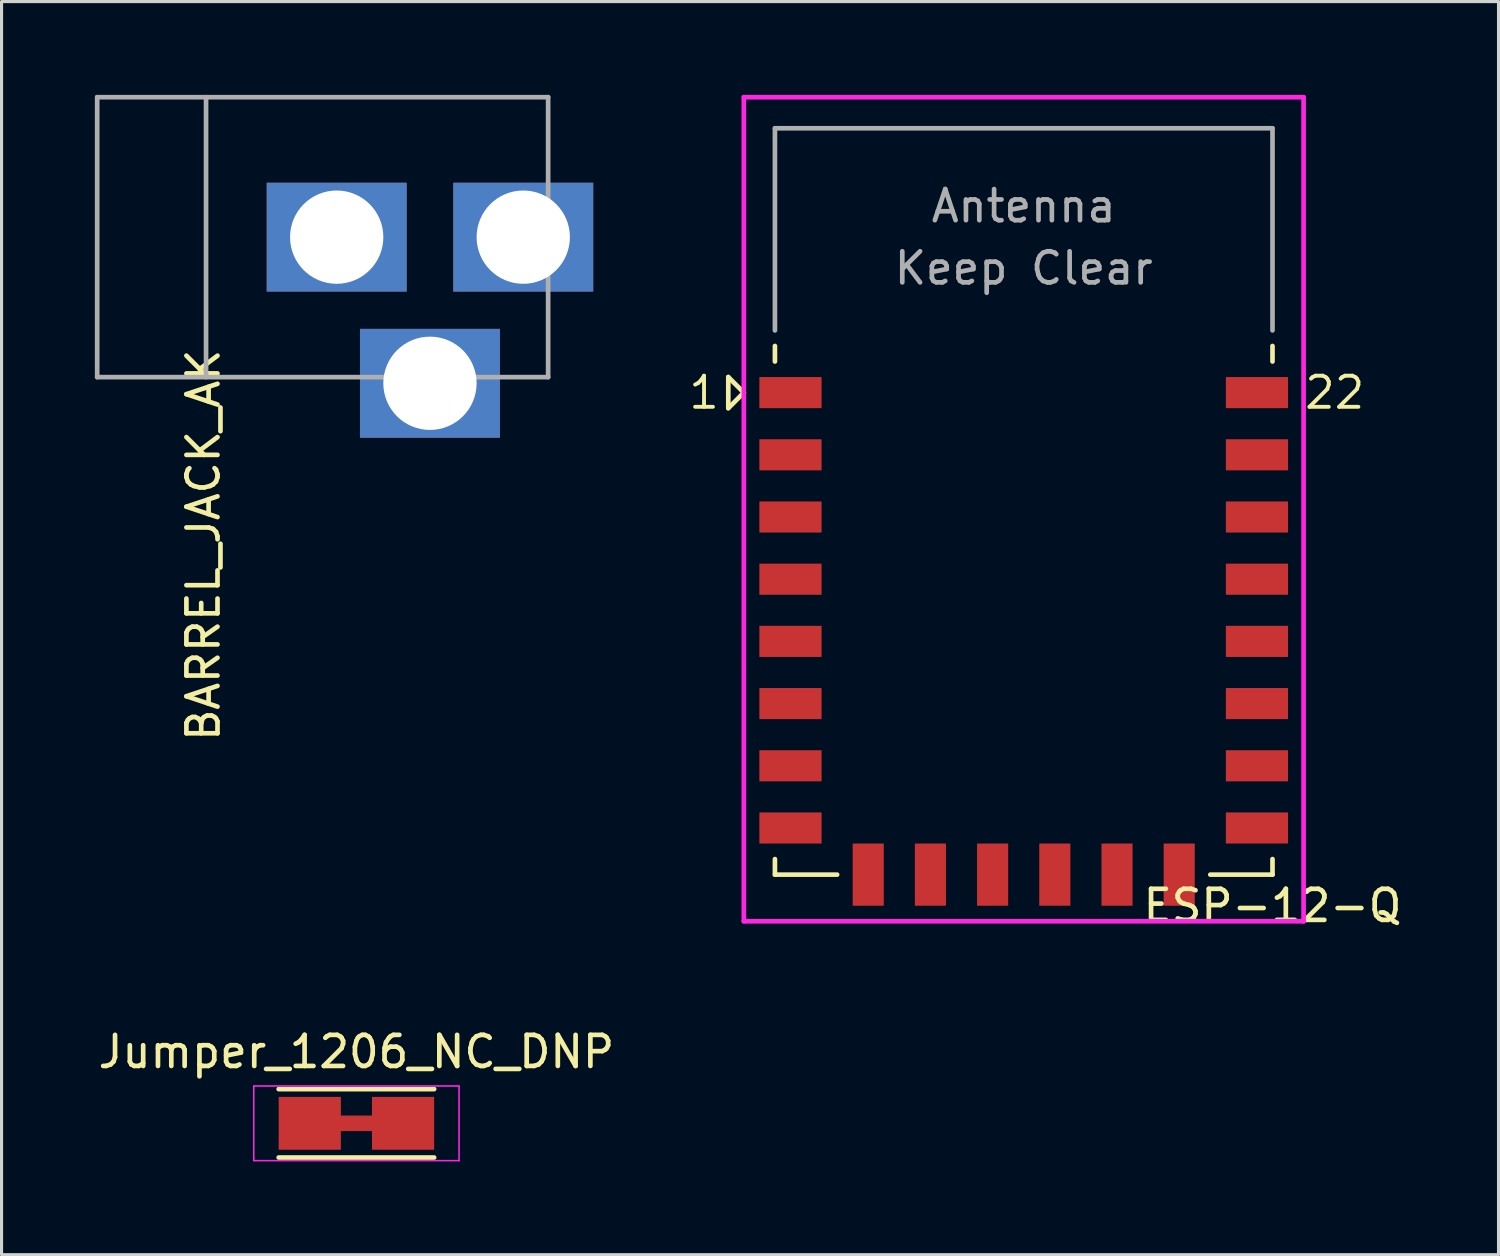
<source format=kicad_pcb>
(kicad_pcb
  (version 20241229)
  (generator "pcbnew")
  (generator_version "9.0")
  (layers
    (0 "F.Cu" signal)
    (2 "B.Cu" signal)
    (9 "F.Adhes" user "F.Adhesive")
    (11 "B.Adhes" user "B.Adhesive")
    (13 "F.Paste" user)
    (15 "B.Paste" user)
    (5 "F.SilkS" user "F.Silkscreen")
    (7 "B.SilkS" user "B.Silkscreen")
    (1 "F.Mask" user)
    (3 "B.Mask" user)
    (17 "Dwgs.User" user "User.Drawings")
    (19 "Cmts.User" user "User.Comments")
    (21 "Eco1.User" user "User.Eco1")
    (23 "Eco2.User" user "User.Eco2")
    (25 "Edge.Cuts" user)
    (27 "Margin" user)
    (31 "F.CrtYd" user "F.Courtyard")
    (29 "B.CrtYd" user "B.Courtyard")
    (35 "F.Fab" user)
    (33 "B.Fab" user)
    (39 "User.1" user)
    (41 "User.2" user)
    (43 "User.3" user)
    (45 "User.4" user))
  (footprint "BARREL_JACK_AK"
    (layer "F.Cu")
    (at 7.576 4.576)
    (property "Reference" "BARREL_JACK_AK" (at -4.087 9.906 90) (layer "F.SilkS") (effects (font (size 1 1) (thickness 0.15))))
    (attr through_hole)
    (fp_line (start -7.501 -4.501) (end -7.501 4.501) (stroke (width 0.15) (type solid)) (layer "F.Fab"))
    (fp_line (start -7.501 4.501) (end 7 4.501) (stroke (width 0.15) (type solid)) (layer "F.Fab"))
    (fp_line (start -4 -4.501) (end -4 4.501) (stroke (width 0.15) (type solid)) (layer "F.Fab"))
    (fp_line (start 7 -4.501) (end -7.501 -4.501) (stroke (width 0.15) (type solid)) (layer "F.Fab"))
    (fp_line (start 7 4.501) (end 7 -4.501) (stroke (width 0.15) (type solid)) (layer "F.Fab"))
    (pad "1" thru_hole rect (at 6.2 0) (size 4.5 3.5) (drill 3) (layers "*.Cu" "*.Mask"))
    (pad "2" thru_hole rect (at 0.201 0) (size 4.5 3.5) (drill 3) (layers "*.Cu" "*.Mask"))
    (pad "3" thru_hole rect (at 3.2 4.699) (size 4.5 3.5) (drill 3) (layers "*.Cu" "*.Mask")))
  (footprint "Jumper_1206_NC_DNP"
    (layer "F.Cu")
    (at 8.411 33.072)
    (property "Reference" "Jumper_1206_NC_DNP" (at 0 -2.3 0) (layer "F.SilkS") (effects (font (size 1 1) (thickness 0.15))))
    (attr smd)
    (fp_line (start -2.5 -1.1) (end 2.5 -1.1) (stroke (width 0.15) (type solid)) (layer "F.SilkS"))
    (fp_line (start 2.5 1.1) (end -2.5 1.1) (stroke (width 0.15) (type solid)) (layer "F.SilkS"))
    (fp_line (start -3.3 -1.2) (end -3.3 1.2) (stroke (width 0.05) (type solid)) (layer "F.CrtYd"))
    (fp_line (start -3.3 -1.2) (end 3.3 -1.2) (stroke (width 0.05) (type solid)) (layer "F.CrtYd"))
    (fp_line (start -3.3 1.2) (end 3.3 1.2) (stroke (width 0.05) (type solid)) (layer "F.CrtYd"))
    (fp_line (start 3.3 -1.2) (end 3.3 1.2) (stroke (width 0.05) (type solid)) (layer "F.CrtYd"))
    (pad "1" smd rect (at -1.5 0) (size 2 1.7) (layers "F.Cu" "F.Mask" "F.Paste"))
    (pad "2" smd rect (at 1.5 0) (size 2 1.7) (layers "F.Cu" "F.Mask" "F.Paste"))
    (pad "3" smd rect (at 0 0) (size 2 0.5) (layers "F.Cu" "F.Mask")))
  (footprint "ESP-12-Q"
    (layer "F.Cu")
    (at 29.869 13.075)
    (property "Reference" "ESP-12-Q" (at 8 13 0) (layer "F.SilkS") (effects (font (size 1 1) (thickness 0.15))))
    (attr through_hole)
    (fp_line (start -9.5 -4) (end -9.5 -3) (stroke (width 0.15) (type solid)) (layer "F.SilkS"))
    (fp_line (start -9.5 -3) (end -9 -3.5) (stroke (width 0.15) (type solid)) (layer "F.SilkS"))
    (fp_line (start -9 -3.5) (end -9.5 -4) (stroke (width 0.15) (type solid)) (layer "F.SilkS"))
    (fp_line (start -8 -4.5) (end -8 -5) (stroke (width 0.15) (type solid)) (layer "F.SilkS"))
    (fp_line (start -8 12) (end -8 11.5) (stroke (width 0.15) (type solid)) (layer "F.SilkS"))
    (fp_line (start -8 12) (end -6 12) (stroke (width 0.15) (type solid)) (layer "F.SilkS"))
    (fp_line (start 8 -4.5) (end 8 -5) (stroke (width 0.15) (type solid)) (layer "F.SilkS"))
    (fp_line (start 8 12) (end 6 12) (stroke (width 0.15) (type solid)) (layer "F.SilkS"))
    (fp_line (start 8 12) (end 8 11.5) (stroke (width 0.15) (type solid)) (layer "F.SilkS"))
    (fp_line (start -9 -13) (end 9 -13) (stroke (width 0.15) (type solid)) (layer "F.CrtYd"))
    (fp_line (start -9 13.5) (end -9 -13) (stroke (width 0.15) (type solid)) (layer "F.CrtYd"))
    (fp_line (start 9 -13) (end 9 13.5) (stroke (width 0.15) (type solid)) (layer "F.CrtYd"))
    (fp_line (start 9 13.5) (end -9 13.5) (stroke (width 0.15) (type solid)) (layer "F.CrtYd"))
    (fp_line (start -8 -12) (end 8 -12) (stroke (width 0.15) (type solid)) (layer "F.Fab"))
    (fp_line (start -8 -5.5) (end -8 -12) (stroke (width 0.15) (type solid)) (layer "F.Fab"))
    (fp_line (start 8 -12) (end 8 -5.5) (stroke (width 0.15) (type solid)) (layer "F.Fab"))
    (fp_text user "1" (at -10.28 -3.5 0) (layer "F.SilkS") (effects (font (size 1 1) (thickness 0.125))))
    (fp_text user "22" (at 10 -3.5 0) (layer "F.SilkS") (effects (font (size 1 1) (thickness 0.125))))
    (fp_text user "Keep Clear" (at 0 -7.5 0) (layer "F.Fab") (effects (font (size 1 1) (thickness 0.15))))
    (fp_text user "Antenna" (at 0 -9.5 0) (layer "F.Fab") (effects (font (size 1 1) (thickness 0.15))))
    (pad "1" smd rect (at -7.5 -3.5) (size 2 1) (layers "F.Cu" "F.Mask" "F.Paste"))
    (pad "2" smd rect (at -7.5 -1.5) (size 2 1) (layers "F.Cu" "F.Mask" "F.Paste"))
    (pad "3" smd rect (at -7.5 0.5) (size 2 1) (layers "F.Cu" "F.Mask" "F.Paste"))
    (pad "4" smd rect (at -7.5 2.5) (size 2 1) (layers "F.Cu" "F.Mask" "F.Paste"))
    (pad "5" smd rect (at -7.5 4.5) (size 2 1) (layers "F.Cu" "F.Mask" "F.Paste"))
    (pad "6" smd rect (at -7.5 6.5) (size 2 1) (layers "F.Cu" "F.Mask" "F.Paste"))
    (pad "7" smd rect (at -7.5 8.5) (size 2 1) (layers "F.Cu" "F.Mask" "F.Paste"))
    (pad "8" smd rect (at -7.5 10.5) (size 2 1) (layers "F.Cu" "F.Mask" "F.Paste"))
    (pad "9" smd rect (at -5 12) (size 1 2) (layers "F.Cu" "F.Mask" "F.Paste"))
    (pad "10" smd rect (at -3 12) (size 1 2) (layers "F.Cu" "F.Mask" "F.Paste"))
    (pad "11" smd rect (at -1 12) (size 1 2) (layers "F.Cu" "F.Mask" "F.Paste"))
    (pad "12" smd rect (at 1 12) (size 1 2) (layers "F.Cu" "F.Mask" "F.Paste"))
    (pad "13" smd rect (at 3 12) (size 1 2) (layers "F.Cu" "F.Mask" "F.Paste"))
    (pad "14" smd rect (at 5 12) (size 1 2) (layers "F.Cu" "F.Mask" "F.Paste"))
    (pad "15" smd rect (at 7.5 10.5) (size 2 1) (layers "F.Cu" "F.Mask" "F.Paste"))
    (pad "16" smd rect (at 7.5 8.5) (size 2 1) (layers "F.Cu" "F.Mask" "F.Paste"))
    (pad "17" smd rect (at 7.5 6.5) (size 2 1) (layers "F.Cu" "F.Mask" "F.Paste"))
    (pad "18" smd rect (at 7.5 4.5) (size 2 1) (layers "F.Cu" "F.Mask" "F.Paste"))
    (pad "19" smd rect (at 7.5 2.5) (size 2 1) (layers "F.Cu" "F.Mask" "F.Paste"))
    (pad "20" smd rect (at 7.5 0.5) (size 2 1) (layers "F.Cu" "F.Mask" "F.Paste"))
    (pad "21" smd rect (at 7.5 -1.5) (size 2 1) (layers "F.Cu" "F.Mask" "F.Paste"))
    (pad "22" smd rect (at 7.5 -3.5) (size 2 1) (layers "F.Cu" "F.Mask" "F.Paste")))
  (gr_rect
    (start -3 -3)
    (end 45.137 37.297)
    (stroke (width 0.1) (type default))
    (fill no)
    (layer "Edge.Cuts")))
</source>
